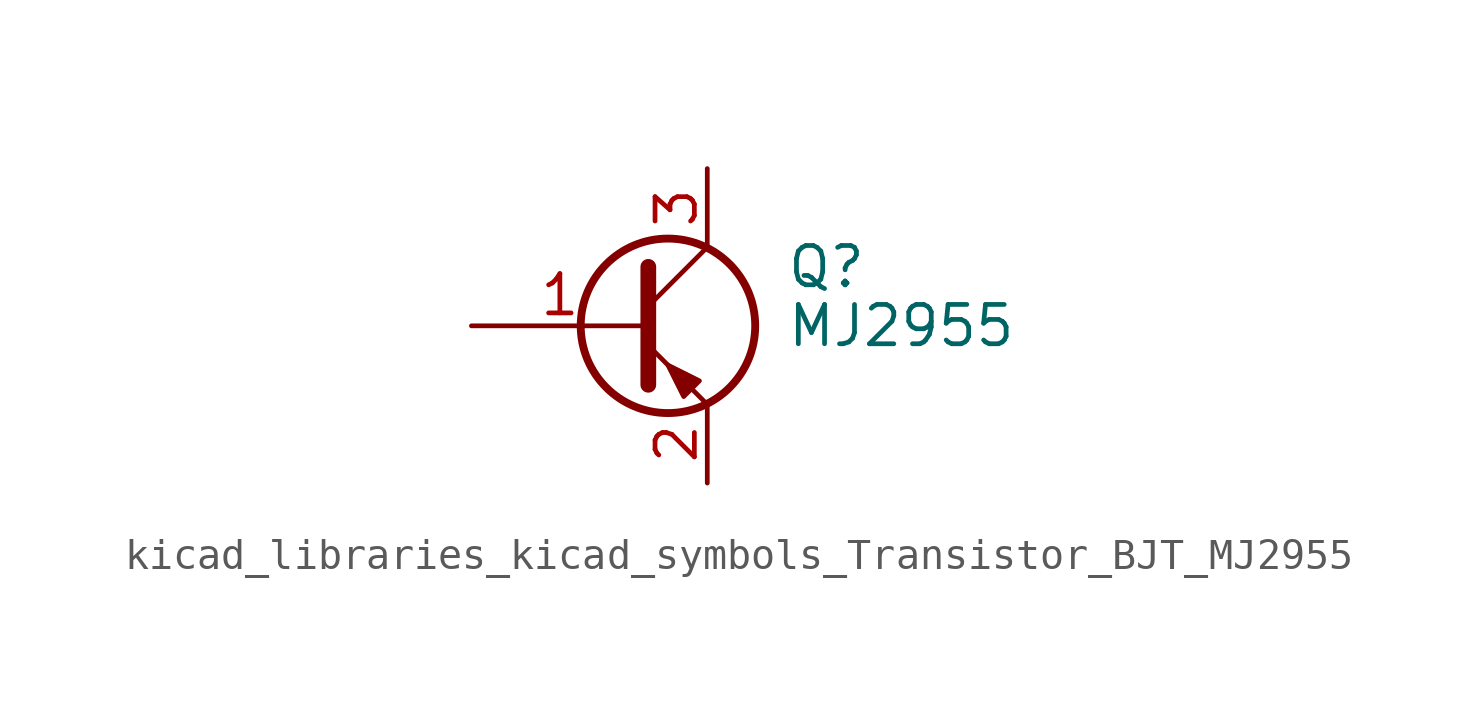
<source format=kicad_sym>
(kicad_symbol_lib
  (version 20220914)
  (generator kicad_symbol_editor)
  (symbol "kicad_libraries_kicad_symbols_Transistor_BJT_MJ2955"
    (pin_names
      (offset 0) hide)
    (property "Reference" "Q"
      (at 5.08 1.905 0)
      (effects (font (size 1.27 1.27)) (justify left)))
    (property "Value" "MJ2955"
      (at 5.08 0 0)
      (effects (font (size 1.27 1.27)) (justify left)))
    (symbol "kicad_libraries_kicad_symbols_Transistor_BJT_MJ2955_0_1"
      (polyline (pts (xy 0.635 0.635) (xy 2.54 2.54)) (stroke (width 0) (type default)) (fill (type none)))
      (polyline (pts (xy 0.635 -0.635) (xy 2.54 -2.54) (xy 2.54 -2.54)) (stroke (width 0) (type default)) (fill (type none)))
      (polyline (pts (xy 0.635 1.905) (xy 0.635 -1.905) (xy 0.635 -1.905)) (stroke (width 0.508) (type default)) (fill (type none)))
      (polyline (pts (xy 2.286 -1.778) (xy 1.778 -2.286) (xy 1.27 -1.27) (xy 2.286 -1.778) (xy 2.286 -1.778)) (stroke (width 0) (type default)) (fill (type outline)))
      (circle (center 1.27 0) (radius 2.819) (stroke (width 0.254) (type default)) (fill (type none))))
    (symbol "kicad_libraries_kicad_symbols_Transistor_BJT_MJ2955_1_1"
      (pin input line (at -5.08 0 0) (length 5.715) (name "B" (effects (font (size 1.27 1.27)))) (number "1" (effects (font (size 1.27 1.27)))))
      (pin passive line (at 2.54 -5.08 90) (length 2.54) (name "E" (effects (font (size 1.27 1.27)))) (number "2" (effects (font (size 1.27 1.27)))))
      (pin passive line (at 2.54 5.08 270) (length 2.54) (name "C" (effects (font (size 1.27 1.27)))) (number "3" (effects (font (size 1.27 1.27))))))))
</source>
